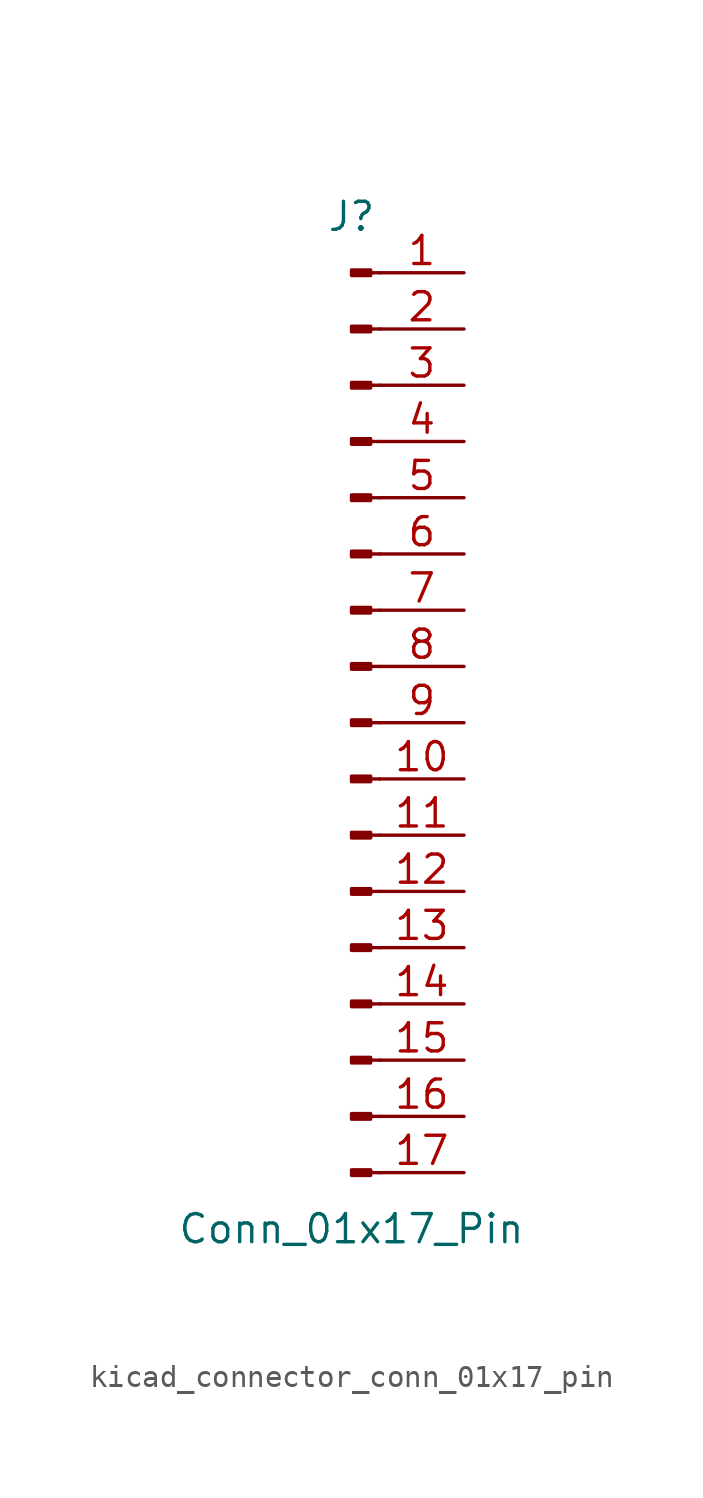
<source format=kicad_sym>
(kicad_symbol_lib
  (version 20220914)
  (generator kicad_symbol_editor)
  (symbol "kicad_connector_conn_01x17_pin"
    (pin_names
      (offset 1.016) hide)
    (property "Reference" "J"
      (at 0 22.86 0)
      (effects (font (size 1.27 1.27))))
    (property "Value" "Conn_01x17_Pin"
      (at 0 -22.86 0)
      (effects (font (size 1.27 1.27))))
    (property "ki_locked" ""
      (at 0 0 0)
      (effects (font (size 1.27 1.27))))
    (symbol "kicad_connector_conn_01x17_pin_1_1"
      (polyline (pts (xy 1.27 -20.32) (xy 0.864 -20.32)) (stroke (width 0.152) (type default)) (fill (type none)))
      (polyline (pts (xy 1.27 -17.78) (xy 0.864 -17.78)) (stroke (width 0.152) (type default)) (fill (type none)))
      (polyline (pts (xy 1.27 -15.24) (xy 0.864 -15.24)) (stroke (width 0.152) (type default)) (fill (type none)))
      (polyline (pts (xy 1.27 -12.7) (xy 0.864 -12.7)) (stroke (width 0.152) (type default)) (fill (type none)))
      (polyline (pts (xy 1.27 -10.16) (xy 0.864 -10.16)) (stroke (width 0.152) (type default)) (fill (type none)))
      (polyline (pts (xy 1.27 -7.62) (xy 0.864 -7.62)) (stroke (width 0.152) (type default)) (fill (type none)))
      (polyline (pts (xy 1.27 -5.08) (xy 0.864 -5.08)) (stroke (width 0.152) (type default)) (fill (type none)))
      (polyline (pts (xy 1.27 -2.54) (xy 0.864 -2.54)) (stroke (width 0.152) (type default)) (fill (type none)))
      (polyline (pts (xy 1.27 0) (xy 0.864 0)) (stroke (width 0.152) (type default)) (fill (type none)))
      (polyline (pts (xy 1.27 2.54) (xy 0.864 2.54)) (stroke (width 0.152) (type default)) (fill (type none)))
      (polyline (pts (xy 1.27 5.08) (xy 0.864 5.08)) (stroke (width 0.152) (type default)) (fill (type none)))
      (polyline (pts (xy 1.27 7.62) (xy 0.864 7.62)) (stroke (width 0.152) (type default)) (fill (type none)))
      (polyline (pts (xy 1.27 10.16) (xy 0.864 10.16)) (stroke (width 0.152) (type default)) (fill (type none)))
      (polyline (pts (xy 1.27 12.7) (xy 0.864 12.7)) (stroke (width 0.152) (type default)) (fill (type none)))
      (polyline (pts (xy 1.27 15.24) (xy 0.864 15.24)) (stroke (width 0.152) (type default)) (fill (type none)))
      (polyline (pts (xy 1.27 17.78) (xy 0.864 17.78)) (stroke (width 0.152) (type default)) (fill (type none)))
      (polyline (pts (xy 1.27 20.32) (xy 0.864 20.32)) (stroke (width 0.152) (type default)) (fill (type none)))
      (rectangle (start 0.864 -20.193) (end 0 -20.447) (stroke (width 0.152) (type default)) (fill (type outline)))
      (rectangle (start 0.864 -17.653) (end 0 -17.907) (stroke (width 0.152) (type default)) (fill (type outline)))
      (rectangle (start 0.864 -15.113) (end 0 -15.367) (stroke (width 0.152) (type default)) (fill (type outline)))
      (rectangle (start 0.864 -12.573) (end 0 -12.827) (stroke (width 0.152) (type default)) (fill (type outline)))
      (rectangle (start 0.864 -10.033) (end 0 -10.287) (stroke (width 0.152) (type default)) (fill (type outline)))
      (rectangle (start 0.864 -7.493) (end 0 -7.747) (stroke (width 0.152) (type default)) (fill (type outline)))
      (rectangle (start 0.864 -4.953) (end 0 -5.207) (stroke (width 0.152) (type default)) (fill (type outline)))
      (rectangle (start 0.864 -2.413) (end 0 -2.667) (stroke (width 0.152) (type default)) (fill (type outline)))
      (rectangle (start 0.864 0.127) (end 0 -0.127) (stroke (width 0.152) (type default)) (fill (type outline)))
      (rectangle (start 0.864 2.667) (end 0 2.413) (stroke (width 0.152) (type default)) (fill (type outline)))
      (rectangle (start 0.864 5.207) (end 0 4.953) (stroke (width 0.152) (type default)) (fill (type outline)))
      (rectangle (start 0.864 7.747) (end 0 7.493) (stroke (width 0.152) (type default)) (fill (type outline)))
      (rectangle (start 0.864 10.287) (end 0 10.033) (stroke (width 0.152) (type default)) (fill (type outline)))
      (rectangle (start 0.864 12.827) (end 0 12.573) (stroke (width 0.152) (type default)) (fill (type outline)))
      (rectangle (start 0.864 15.367) (end 0 15.113) (stroke (width 0.152) (type default)) (fill (type outline)))
      (rectangle (start 0.864 17.907) (end 0 17.653) (stroke (width 0.152) (type default)) (fill (type outline)))
      (rectangle (start 0.864 20.447) (end 0 20.193) (stroke (width 0.152) (type default)) (fill (type outline)))
      (pin passive line (at 5.08 20.32 180) (length 3.81) (name "Pin_1" (effects (font (size 1.27 1.27)))) (number "1" (effects (font (size 1.27 1.27)))))
      (pin passive line (at 5.08 -2.54 180) (length 3.81) (name "Pin_10" (effects (font (size 1.27 1.27)))) (number "10" (effects (font (size 1.27 1.27)))))
      (pin passive line (at 5.08 -5.08 180) (length 3.81) (name "Pin_11" (effects (font (size 1.27 1.27)))) (number "11" (effects (font (size 1.27 1.27)))))
      (pin passive line (at 5.08 -7.62 180) (length 3.81) (name "Pin_12" (effects (font (size 1.27 1.27)))) (number "12" (effects (font (size 1.27 1.27)))))
      (pin passive line (at 5.08 -10.16 180) (length 3.81) (name "Pin_13" (effects (font (size 1.27 1.27)))) (number "13" (effects (font (size 1.27 1.27)))))
      (pin passive line (at 5.08 -12.7 180) (length 3.81) (name "Pin_14" (effects (font (size 1.27 1.27)))) (number "14" (effects (font (size 1.27 1.27)))))
      (pin passive line (at 5.08 -15.24 180) (length 3.81) (name "Pin_15" (effects (font (size 1.27 1.27)))) (number "15" (effects (font (size 1.27 1.27)))))
      (pin passive line (at 5.08 -17.78 180) (length 3.81) (name "Pin_16" (effects (font (size 1.27 1.27)))) (number "16" (effects (font (size 1.27 1.27)))))
      (pin passive line (at 5.08 -20.32 180) (length 3.81) (name "Pin_17" (effects (font (size 1.27 1.27)))) (number "17" (effects (font (size 1.27 1.27)))))
      (pin passive line (at 5.08 17.78 180) (length 3.81) (name "Pin_2" (effects (font (size 1.27 1.27)))) (number "2" (effects (font (size 1.27 1.27)))))
      (pin passive line (at 5.08 15.24 180) (length 3.81) (name "Pin_3" (effects (font (size 1.27 1.27)))) (number "3" (effects (font (size 1.27 1.27)))))
      (pin passive line (at 5.08 12.7 180) (length 3.81) (name "Pin_4" (effects (font (size 1.27 1.27)))) (number "4" (effects (font (size 1.27 1.27)))))
      (pin passive line (at 5.08 10.16 180) (length 3.81) (name "Pin_5" (effects (font (size 1.27 1.27)))) (number "5" (effects (font (size 1.27 1.27)))))
      (pin passive line (at 5.08 7.62 180) (length 3.81) (name "Pin_6" (effects (font (size 1.27 1.27)))) (number "6" (effects (font (size 1.27 1.27)))))
      (pin passive line (at 5.08 5.08 180) (length 3.81) (name "Pin_7" (effects (font (size 1.27 1.27)))) (number "7" (effects (font (size 1.27 1.27)))))
      (pin passive line (at 5.08 2.54 180) (length 3.81) (name "Pin_8" (effects (font (size 1.27 1.27)))) (number "8" (effects (font (size 1.27 1.27)))))
      (pin passive line (at 5.08 0 180) (length 3.81) (name "Pin_9" (effects (font (size 1.27 1.27)))) (number "9" (effects (font (size 1.27 1.27))))))))
</source>
